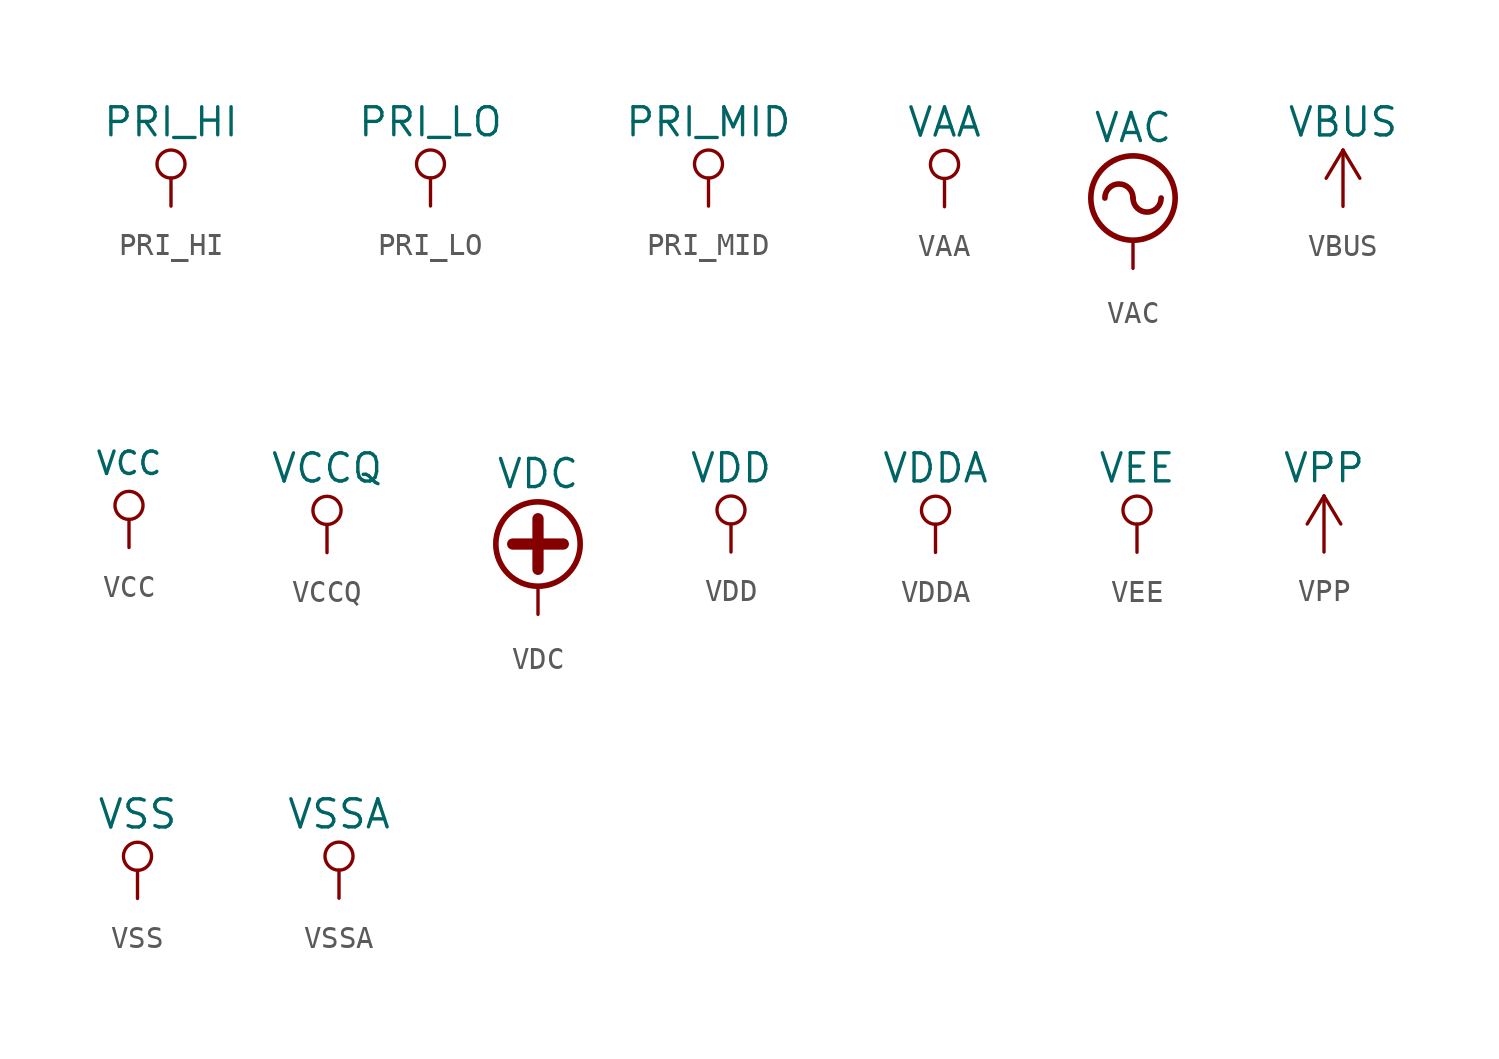
<source format=kicad_sym>
(kicad_symbol_lib
  (version 20231120)
  (generator "kicad_symbol_editor")
  (generator_version "8.0")
  (symbol "PRI_HI"
    (power)
    (pin_numbers hide)
    (pin_names
      (offset 0) hide)
    (property "Reference" "#PWR"
      (at 0 -3.81 0)
      (effects (font (size 1.27 1.27)) (hide yes)))
    (property "Value" "PRI_HI"
      (at 0 3.81 0)
      (effects (font (size 1.27 1.27))))
    (symbol "PRI_HI_0_1"
      (polyline (pts (xy 0 0) (xy 0 1.27)) (stroke (width 0) (type default)) (fill (type none)))
      (circle (center 0 1.905) (radius 0.635) (stroke (width 0) (type default)) (fill (type none))))
    (symbol "PRI_HI_1_1"
      (pin power_in line (at 0 0 90) (length 0) hide (name "PRI_HI" (effects (font (size 1.27 1.27)))) (number "1" (effects (font (size 1.27 1.27)))))))
  (symbol "PRI_LO"
    (power)
    (pin_numbers hide)
    (pin_names
      (offset 0) hide)
    (property "Reference" "#PWR"
      (at 0 -3.81 0)
      (effects (font (size 1.27 1.27)) (hide yes)))
    (property "Value" "PRI_LO"
      (at 0 3.81 0)
      (effects (font (size 1.27 1.27))))
    (symbol "PRI_LO_0_1"
      (polyline (pts (xy 0 0) (xy 0 1.27)) (stroke (width 0) (type default)) (fill (type none)))
      (circle (center 0 1.905) (radius 0.635) (stroke (width 0) (type default)) (fill (type none))))
    (symbol "PRI_LO_1_1"
      (pin power_in line (at 0 0 90) (length 0) hide (name "PRI_LO" (effects (font (size 1.27 1.27)))) (number "1" (effects (font (size 1.27 1.27)))))))
  (symbol "PRI_MID"
    (power)
    (pin_numbers hide)
    (pin_names
      (offset 0) hide)
    (property "Reference" "#PWR"
      (at 0 -3.81 0)
      (effects (font (size 1.27 1.27)) (hide yes)))
    (property "Value" "PRI_MID"
      (at 0 3.81 0)
      (effects (font (size 1.27 1.27))))
    (symbol "PRI_MID_0_1"
      (polyline (pts (xy 0 0) (xy 0 1.27)) (stroke (width 0) (type default)) (fill (type none)))
      (circle (center 0 1.905) (radius 0.635) (stroke (width 0) (type default)) (fill (type none))))
    (symbol "PRI_MID_1_1"
      (pin power_in line (at 0 0 90) (length 0) hide (name "PRI_MID" (effects (font (size 1.27 1.27)))) (number "1" (effects (font (size 1.27 1.27)))))))
  (symbol "VAA"
    (power)
    (pin_numbers hide)
    (pin_names
      (offset 0) hide)
    (property "Reference" "#PWR"
      (at 0 -3.81 0)
      (effects (font (size 1.27 1.27)) (hide yes)))
    (property "Value" "VAA"
      (at 0 3.81 0)
      (effects (font (size 1.27 1.27))))
    (symbol "VAA_0_1"
      (polyline (pts (xy 0 0) (xy 0 1.27)) (stroke (width 0) (type default)) (fill (type none)))
      (circle (center 0 1.905) (radius 0.635) (stroke (width 0) (type default)) (fill (type none))))
    (symbol "VAA_1_1"
      (pin power_in line (at 0 0 90) (length 0) hide (name "VAA" (effects (font (size 1.27 1.27)))) (number "1" (effects (font (size 1.27 1.27)))))))
  (symbol "VAC"
    (power)
    (pin_numbers hide)
    (pin_names
      (offset 0) hide)
    (property "Reference" "#PWR"
      (at 0 -2.54 0)
      (effects (font (size 1.27 1.27)) (hide yes)))
    (property "Value" "VAC"
      (at 0 6.35 0)
      (effects (font (size 1.27 1.27))))
    (symbol "VAC_0_1"
      (polyline (pts (xy 0 0) (xy 0 1.27)) (stroke (width 0) (type default)) (fill (type none)))
      (arc (start 0 3.175) (mid -0.635 3.8073) (end -1.27 3.175) (stroke (width 0.254) (type default)) (fill (type none)))
      (arc (start 0 3.175) (mid 0.635 2.5427) (end 1.27 3.175) (stroke (width 0.254) (type default)) (fill (type none)))
      (circle (center 0 3.175) (radius 1.905) (stroke (width 0.254) (type default)) (fill (type none))))
    (symbol "VAC_1_1"
      (pin power_in line (at 0 0 90) (length 0) hide (name "VAC" (effects (font (size 1.27 1.27)))) (number "1" (effects (font (size 1.27 1.27)))))))
  (symbol "VBUS"
    (power)
    (pin_numbers hide)
    (pin_names
      (offset 0) hide)
    (property "Reference" "#PWR"
      (at 0 -3.81 0)
      (effects (font (size 1.27 1.27)) (hide yes)))
    (property "Value" "VBUS"
      (at 0 3.81 0)
      (effects (font (size 1.27 1.27))))
    (symbol "VBUS_0_1"
      (polyline (pts (xy -0.762 1.27) (xy 0 2.54)) (stroke (width 0) (type default)) (fill (type none)))
      (polyline (pts (xy 0 0) (xy 0 2.54)) (stroke (width 0) (type default)) (fill (type none)))
      (polyline (pts (xy 0 2.54) (xy 0.762 1.27)) (stroke (width 0) (type default)) (fill (type none))))
    (symbol "VBUS_1_1"
      (pin power_in line (at 0 0 90) (length 0) hide (name "VBUS" (effects (font (size 1.27 1.27)))) (number "1" (effects (font (size 1.27 1.27)))))))
  (symbol "VCC"
    (power)
    (pin_numbers hide)
    (pin_names
      (offset 0) hide)
    (property "Reference" "#PWR"
      (at 0 -3.81 0)
      (effects (font (size 1.27 1.27)) (hide yes)))
    (property "Value" "VCC"
      (at 0 3.81 0)
      (effects (font (size 1.016 1.016))))
    (symbol "VCC_0_1"
      (polyline (pts (xy 0 0) (xy 0 1.27)) (stroke (width 0) (type default)) (fill (type none)))
      (circle (center 0 1.905) (radius 0.635) (stroke (width 0) (type default)) (fill (type none))))
    (symbol "VCC_1_1"
      (pin power_in line (at 0 0 90) (length 0) hide (name "VCC" (effects (font (size 1.27 1.27)))) (number "1" (effects (font (size 1.27 1.27)))))))
  (symbol "VCCQ"
    (power)
    (pin_numbers hide)
    (pin_names
      (offset 0) hide)
    (property "Reference" "#PWR"
      (at 0 -3.81 0)
      (effects (font (size 1.27 1.27)) (hide yes)))
    (property "Value" "VCCQ"
      (at 0 3.81 0)
      (effects (font (size 1.27 1.27))))
    (symbol "VCCQ_0_1"
      (polyline (pts (xy 0 0) (xy 0 1.27)) (stroke (width 0) (type default)) (fill (type none)))
      (circle (center 0 1.905) (radius 0.635) (stroke (width 0) (type default)) (fill (type none))))
    (symbol "VCCQ_1_1"
      (pin power_in line (at 0 0 90) (length 0) hide (name "VCCQ" (effects (font (size 1.27 1.27)))) (number "1" (effects (font (size 1.27 1.27)))))))
  (symbol "VDC"
    (power)
    (pin_numbers hide)
    (pin_names
      (offset 0) hide)
    (property "Reference" "#PWR"
      (at 0 -2.54 0)
      (effects (font (size 1.27 1.27)) (hide yes)))
    (property "Value" "VDC"
      (at 0 6.35 0)
      (effects (font (size 1.27 1.27))))
    (symbol "VDC_0_1"
      (polyline (pts (xy -1.143 3.175) (xy 1.143 3.175)) (stroke (width 0.508) (type default)) (fill (type none)))
      (polyline (pts (xy 0 0) (xy 0 1.27)) (stroke (width 0) (type default)) (fill (type none)))
      (polyline (pts (xy 0 2.032) (xy 0 4.318)) (stroke (width 0.508) (type default)) (fill (type none)))
      (circle (center 0 3.175) (radius 1.905) (stroke (width 0.254) (type default)) (fill (type none))))
    (symbol "VDC_1_1"
      (pin power_in line (at 0 0 90) (length 0) hide (name "VDC" (effects (font (size 1.27 1.27)))) (number "1" (effects (font (size 1.27 1.27)))))))
  (symbol "VDD"
    (power)
    (pin_numbers hide)
    (pin_names
      (offset 0) hide)
    (property "Reference" "#PWR"
      (at 0 -3.81 0)
      (effects (font (size 1.27 1.27)) (hide yes)))
    (property "Value" "VDD"
      (at 0 3.81 0)
      (effects (font (size 1.27 1.27))))
    (symbol "VDD_0_1"
      (polyline (pts (xy 0 0) (xy 0 1.27)) (stroke (width 0) (type default)) (fill (type none)))
      (circle (center 0 1.905) (radius 0.635) (stroke (width 0) (type default)) (fill (type none))))
    (symbol "VDD_1_1"
      (pin power_in line (at 0 0 90) (length 0) hide (name "VDD" (effects (font (size 1.27 1.27)))) (number "1" (effects (font (size 1.27 1.27)))))))
  (symbol "VDDA"
    (power)
    (pin_numbers hide)
    (pin_names
      (offset 0) hide)
    (property "Reference" "#PWR"
      (at 0 -3.81 0)
      (effects (font (size 1.27 1.27)) (hide yes)))
    (property "Value" "VDDA"
      (at 0 3.81 0)
      (effects (font (size 1.27 1.27))))
    (symbol "VDDA_0_1"
      (polyline (pts (xy 0 0) (xy 0 1.27)) (stroke (width 0) (type default)) (fill (type none)))
      (circle (center 0 1.905) (radius 0.635) (stroke (width 0) (type default)) (fill (type none))))
    (symbol "VDDA_1_1"
      (pin power_in line (at 0 0 90) (length 0) hide (name "VDDA" (effects (font (size 1.27 1.27)))) (number "1" (effects (font (size 1.27 1.27)))))))
  (symbol "VEE"
    (power)
    (pin_numbers hide)
    (pin_names
      (offset 0) hide)
    (property "Reference" "#PWR"
      (at 0 -3.81 0)
      (effects (font (size 1.27 1.27)) (hide yes)))
    (property "Value" "VEE"
      (at 0 3.81 0)
      (effects (font (size 1.27 1.27))))
    (symbol "VEE_0_1"
      (polyline (pts (xy 0 0) (xy 0 1.27)) (stroke (width 0) (type default)) (fill (type none)))
      (circle (center 0 1.905) (radius 0.635) (stroke (width 0) (type default)) (fill (type none))))
    (symbol "VEE_1_1"
      (pin power_in line (at 0 0 90) (length 0) hide (name "VEE" (effects (font (size 1.27 1.27)))) (number "1" (effects (font (size 1.27 1.27)))))))
  (symbol "VPP"
    (power)
    (pin_numbers hide)
    (pin_names
      (offset 0) hide)
    (property "Reference" "#PWR"
      (at 0 -3.81 0)
      (effects (font (size 1.27 1.27)) (hide yes)))
    (property "Value" "VPP"
      (at 0 3.81 0)
      (effects (font (size 1.27 1.27))))
    (symbol "VPP_0_1"
      (polyline (pts (xy -0.762 1.27) (xy 0 2.54)) (stroke (width 0) (type default)) (fill (type none)))
      (polyline (pts (xy 0 0) (xy 0 2.54)) (stroke (width 0) (type default)) (fill (type none)))
      (polyline (pts (xy 0 2.54) (xy 0.762 1.27)) (stroke (width 0) (type default)) (fill (type none))))
    (symbol "VPP_1_1"
      (pin power_in line (at 0 0 90) (length 0) hide (name "VPP" (effects (font (size 1.27 1.27)))) (number "1" (effects (font (size 1.27 1.27)))))))
  (symbol "VSS"
    (power)
    (pin_numbers hide)
    (pin_names
      (offset 0) hide)
    (property "Reference" "#PWR"
      (at 0 -3.81 0)
      (effects (font (size 1.27 1.27)) (hide yes)))
    (property "Value" "VSS"
      (at 0 3.81 0)
      (effects (font (size 1.27 1.27))))
    (symbol "VSS_0_1"
      (polyline (pts (xy 0 0) (xy 0 1.27)) (stroke (width 0) (type default)) (fill (type none)))
      (circle (center 0 1.905) (radius 0.635) (stroke (width 0) (type default)) (fill (type none))))
    (symbol "VSS_1_1"
      (pin power_in line (at 0 0 90) (length 0) hide (name "VSS" (effects (font (size 1.27 1.27)))) (number "1" (effects (font (size 1.27 1.27)))))))
  (symbol "VSSA"
    (power)
    (pin_numbers hide)
    (pin_names
      (offset 0) hide)
    (property "Reference" "#PWR"
      (at 0 -3.81 0)
      (effects (font (size 1.27 1.27)) (hide yes)))
    (property "Value" "VSSA"
      (at 0 3.81 0)
      (effects (font (size 1.27 1.27))))
    (symbol "VSSA_0_1"
      (polyline (pts (xy 0 0) (xy 0 1.27)) (stroke (width 0) (type default)) (fill (type none)))
      (circle (center 0 1.905) (radius 0.635) (stroke (width 0) (type default)) (fill (type none))))
    (symbol "VSSA_1_1"
      (pin power_in line (at 0 0 90) (length 0) hide (name "VSSA" (effects (font (size 1.27 1.27)))) (number "1" (effects (font (size 1.27 1.27))))))))
</source>
